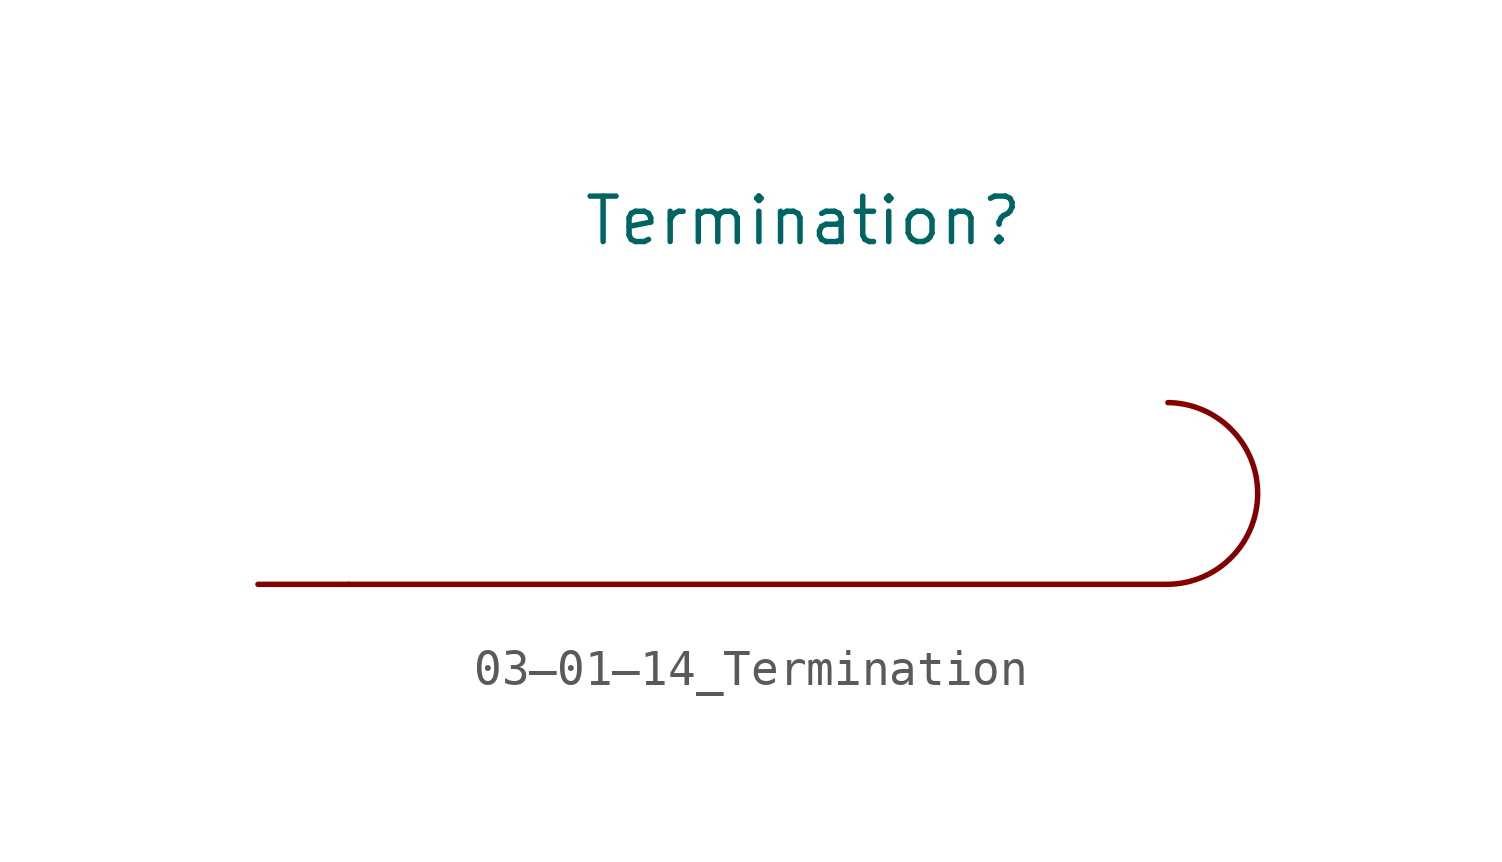
<source format=kicad_sym>
(kicad_symbol_lib
  (version 20201005)
  (generator kicad_symbol_editor)
  (symbol "Symbol_IEC_60617-3:03–01–14_Termination"
    (pin_numbers hide)
    (pin_names
      (offset 0) hide)
    (property "Reference" "Termination"
      (at 0 10.16 0)
      (effects (font (size 1.27 1.27))))
    (symbol "03–01–14_Termination_0_1"
      (arc (start 10.1919 0) (end 10.1919 5.08) (radius (at 10.16 2.54) (length 2.5402) (angles -89.3 89.3)) (stroke (width 0)) (fill (type none)))
      (polyline (pts (xy -12.7 0) (xy 10.16 0)) (stroke (width 0)) (fill (type none))))
    (symbol "03–01–14_Termination_1_1"
      (pin passive line (at -15.24 0 0) (length 2.54) (name "Termination" (effects (font (size 1.27 1.27)))) (number "1" (effects (font (size 1.27 1.27))))))))
</source>
